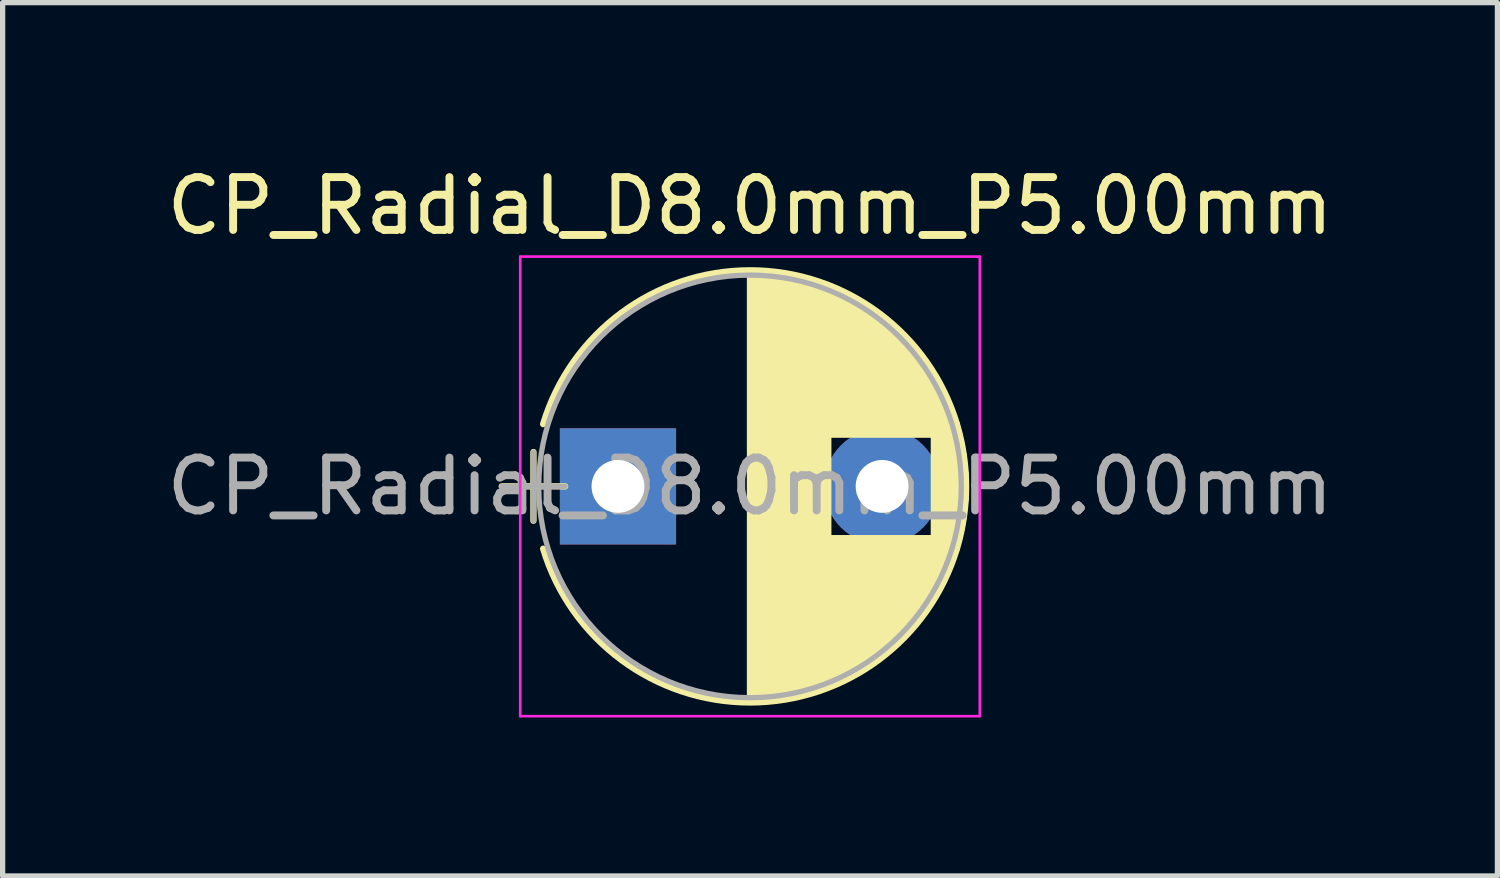
<source format=kicad_pcb>
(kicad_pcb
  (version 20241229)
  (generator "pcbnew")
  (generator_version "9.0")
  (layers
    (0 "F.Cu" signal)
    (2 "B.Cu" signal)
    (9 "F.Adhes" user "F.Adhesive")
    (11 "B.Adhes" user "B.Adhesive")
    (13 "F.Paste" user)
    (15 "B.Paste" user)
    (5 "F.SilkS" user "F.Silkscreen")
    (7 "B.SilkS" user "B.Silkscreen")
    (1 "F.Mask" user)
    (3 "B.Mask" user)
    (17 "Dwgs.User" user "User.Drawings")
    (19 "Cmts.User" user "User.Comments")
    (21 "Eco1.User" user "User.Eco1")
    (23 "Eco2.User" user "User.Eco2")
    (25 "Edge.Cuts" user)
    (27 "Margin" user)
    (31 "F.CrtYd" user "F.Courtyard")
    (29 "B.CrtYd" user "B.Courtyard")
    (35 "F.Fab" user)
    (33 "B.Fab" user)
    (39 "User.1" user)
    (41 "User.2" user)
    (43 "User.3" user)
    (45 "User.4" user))
  (footprint "CP_Radial_D8.0mm_P5.00mm"
    (layer "F.Cu")
    (at 8.649 6.158)
    (property "Reference" "CP_Radial_D8.0mm_P5.00mm" (at 2.5 -5.31 0) (layer "F.SilkS") (effects (font (size 1 1) (thickness 0.15))))
    (attr through_hole)
    (fp_line (start -2.2 0) (end -1 0) (stroke (width 0.12) (type solid)) (layer "F.SilkS"))
    (fp_line (start -1.6 -0.65) (end -1.6 0.65) (stroke (width 0.12) (type solid)) (layer "F.SilkS"))
    (fp_line (start 2.5 -4.05) (end 2.5 4.05) (stroke (width 0.12) (type solid)) (layer "F.SilkS"))
    (fp_line (start 2.54 -4.05) (end 2.54 4.05) (stroke (width 0.12) (type solid)) (layer "F.SilkS"))
    (fp_line (start 2.58 -4.05) (end 2.58 4.05) (stroke (width 0.12) (type solid)) (layer "F.SilkS"))
    (fp_line (start 2.62 -4.049) (end 2.62 4.049) (stroke (width 0.12) (type solid)) (layer "F.SilkS"))
    (fp_line (start 2.66 -4.047) (end 2.66 4.047) (stroke (width 0.12) (type solid)) (layer "F.SilkS"))
    (fp_line (start 2.7 -4.046) (end 2.7 4.046) (stroke (width 0.12) (type solid)) (layer "F.SilkS"))
    (fp_line (start 2.74 -4.043) (end 2.74 4.043) (stroke (width 0.12) (type solid)) (layer "F.SilkS"))
    (fp_line (start 2.78 -4.041) (end 2.78 4.041) (stroke (width 0.12) (type solid)) (layer "F.SilkS"))
    (fp_line (start 2.82 -4.038) (end 2.82 4.038) (stroke (width 0.12) (type solid)) (layer "F.SilkS"))
    (fp_line (start 2.86 -4.035) (end 2.86 4.035) (stroke (width 0.12) (type solid)) (layer "F.SilkS"))
    (fp_line (start 2.9 -4.031) (end 2.9 4.031) (stroke (width 0.12) (type solid)) (layer "F.SilkS"))
    (fp_line (start 2.94 -4.027) (end 2.94 4.027) (stroke (width 0.12) (type solid)) (layer "F.SilkS"))
    (fp_line (start 2.98 -4.022) (end 2.98 4.022) (stroke (width 0.12) (type solid)) (layer "F.SilkS"))
    (fp_line (start 3.02 -4.017) (end 3.02 4.017) (stroke (width 0.12) (type solid)) (layer "F.SilkS"))
    (fp_line (start 3.06 -4.012) (end 3.06 4.012) (stroke (width 0.12) (type solid)) (layer "F.SilkS"))
    (fp_line (start 3.1 -4.006) (end 3.1 4.006) (stroke (width 0.12) (type solid)) (layer "F.SilkS"))
    (fp_line (start 3.14 -4) (end 3.14 4) (stroke (width 0.12) (type solid)) (layer "F.SilkS"))
    (fp_line (start 3.18 -3.994) (end 3.18 3.994) (stroke (width 0.12) (type solid)) (layer "F.SilkS"))
    (fp_line (start 3.221 -3.987) (end 3.221 3.987) (stroke (width 0.12) (type solid)) (layer "F.SilkS"))
    (fp_line (start 3.261 -3.979) (end 3.261 3.979) (stroke (width 0.12) (type solid)) (layer "F.SilkS"))
    (fp_line (start 3.301 -3.971) (end 3.301 3.971) (stroke (width 0.12) (type solid)) (layer "F.SilkS"))
    (fp_line (start 3.341 -3.963) (end 3.341 3.963) (stroke (width 0.12) (type solid)) (layer "F.SilkS"))
    (fp_line (start 3.381 -3.955) (end 3.381 3.955) (stroke (width 0.12) (type solid)) (layer "F.SilkS"))
    (fp_line (start 3.421 -3.946) (end 3.421 3.946) (stroke (width 0.12) (type solid)) (layer "F.SilkS"))
    (fp_line (start 3.461 -3.936) (end 3.461 3.936) (stroke (width 0.12) (type solid)) (layer "F.SilkS"))
    (fp_line (start 3.501 -3.926) (end 3.501 3.926) (stroke (width 0.12) (type solid)) (layer "F.SilkS"))
    (fp_line (start 3.541 -3.916) (end 3.541 3.916) (stroke (width 0.12) (type solid)) (layer "F.SilkS"))
    (fp_line (start 3.581 -3.905) (end 3.581 3.905) (stroke (width 0.12) (type solid)) (layer "F.SilkS"))
    (fp_line (start 3.621 -3.894) (end 3.621 3.894) (stroke (width 0.12) (type solid)) (layer "F.SilkS"))
    (fp_line (start 3.661 -3.883) (end 3.661 3.883) (stroke (width 0.12) (type solid)) (layer "F.SilkS"))
    (fp_line (start 3.701 -3.87) (end 3.701 3.87) (stroke (width 0.12) (type solid)) (layer "F.SilkS"))
    (fp_line (start 3.741 -3.858) (end 3.741 3.858) (stroke (width 0.12) (type solid)) (layer "F.SilkS"))
    (fp_line (start 3.781 -3.845) (end 3.781 3.845) (stroke (width 0.12) (type solid)) (layer "F.SilkS"))
    (fp_line (start 3.821 -3.832) (end 3.821 3.832) (stroke (width 0.12) (type solid)) (layer "F.SilkS"))
    (fp_line (start 3.861 -3.818) (end 3.861 3.818) (stroke (width 0.12) (type solid)) (layer "F.SilkS"))
    (fp_line (start 3.901 -3.803) (end 3.901 3.803) (stroke (width 0.12) (type solid)) (layer "F.SilkS"))
    (fp_line (start 3.941 -3.789) (end 3.941 3.789) (stroke (width 0.12) (type solid)) (layer "F.SilkS"))
    (fp_line (start 3.981 -3.773) (end 3.981 3.773) (stroke (width 0.12) (type solid)) (layer "F.SilkS"))
    (fp_line (start 4.021 -3.758) (end 4.021 -0.98) (stroke (width 0.12) (type solid)) (layer "F.SilkS"))
    (fp_line (start 4.021 0.98) (end 4.021 3.758) (stroke (width 0.12) (type solid)) (layer "F.SilkS"))
    (fp_line (start 4.061 -3.741) (end 4.061 -0.98) (stroke (width 0.12) (type solid)) (layer "F.SilkS"))
    (fp_line (start 4.061 0.98) (end 4.061 3.741) (stroke (width 0.12) (type solid)) (layer "F.SilkS"))
    (fp_line (start 4.101 -3.725) (end 4.101 -0.98) (stroke (width 0.12) (type solid)) (layer "F.SilkS"))
    (fp_line (start 4.101 0.98) (end 4.101 3.725) (stroke (width 0.12) (type solid)) (layer "F.SilkS"))
    (fp_line (start 4.141 -3.707) (end 4.141 -0.98) (stroke (width 0.12) (type solid)) (layer "F.SilkS"))
    (fp_line (start 4.141 0.98) (end 4.141 3.707) (stroke (width 0.12) (type solid)) (layer "F.SilkS"))
    (fp_line (start 4.181 -3.69) (end 4.181 -0.98) (stroke (width 0.12) (type solid)) (layer "F.SilkS"))
    (fp_line (start 4.181 0.98) (end 4.181 3.69) (stroke (width 0.12) (type solid)) (layer "F.SilkS"))
    (fp_line (start 4.221 -3.671) (end 4.221 -0.98) (stroke (width 0.12) (type solid)) (layer "F.SilkS"))
    (fp_line (start 4.221 0.98) (end 4.221 3.671) (stroke (width 0.12) (type solid)) (layer "F.SilkS"))
    (fp_line (start 4.261 -3.652) (end 4.261 -0.98) (stroke (width 0.12) (type solid)) (layer "F.SilkS"))
    (fp_line (start 4.261 0.98) (end 4.261 3.652) (stroke (width 0.12) (type solid)) (layer "F.SilkS"))
    (fp_line (start 4.301 -3.633) (end 4.301 -0.98) (stroke (width 0.12) (type solid)) (layer "F.SilkS"))
    (fp_line (start 4.301 0.98) (end 4.301 3.633) (stroke (width 0.12) (type solid)) (layer "F.SilkS"))
    (fp_line (start 4.341 -3.613) (end 4.341 -0.98) (stroke (width 0.12) (type solid)) (layer "F.SilkS"))
    (fp_line (start 4.341 0.98) (end 4.341 3.613) (stroke (width 0.12) (type solid)) (layer "F.SilkS"))
    (fp_line (start 4.381 -3.593) (end 4.381 -0.98) (stroke (width 0.12) (type solid)) (layer "F.SilkS"))
    (fp_line (start 4.381 0.98) (end 4.381 3.593) (stroke (width 0.12) (type solid)) (layer "F.SilkS"))
    (fp_line (start 4.421 -3.572) (end 4.421 -0.98) (stroke (width 0.12) (type solid)) (layer "F.SilkS"))
    (fp_line (start 4.421 0.98) (end 4.421 3.572) (stroke (width 0.12) (type solid)) (layer "F.SilkS"))
    (fp_line (start 4.461 -3.55) (end 4.461 -0.98) (stroke (width 0.12) (type solid)) (layer "F.SilkS"))
    (fp_line (start 4.461 0.98) (end 4.461 3.55) (stroke (width 0.12) (type solid)) (layer "F.SilkS"))
    (fp_line (start 4.501 -3.528) (end 4.501 -0.98) (stroke (width 0.12) (type solid)) (layer "F.SilkS"))
    (fp_line (start 4.501 0.98) (end 4.501 3.528) (stroke (width 0.12) (type solid)) (layer "F.SilkS"))
    (fp_line (start 4.541 -3.505) (end 4.541 -0.98) (stroke (width 0.12) (type solid)) (layer "F.SilkS"))
    (fp_line (start 4.541 0.98) (end 4.541 3.505) (stroke (width 0.12) (type solid)) (layer "F.SilkS"))
    (fp_line (start 4.581 -3.482) (end 4.581 -0.98) (stroke (width 0.12) (type solid)) (layer "F.SilkS"))
    (fp_line (start 4.581 0.98) (end 4.581 3.482) (stroke (width 0.12) (type solid)) (layer "F.SilkS"))
    (fp_line (start 4.621 -3.458) (end 4.621 -0.98) (stroke (width 0.12) (type solid)) (layer "F.SilkS"))
    (fp_line (start 4.621 0.98) (end 4.621 3.458) (stroke (width 0.12) (type solid)) (layer "F.SilkS"))
    (fp_line (start 4.661 -3.434) (end 4.661 -0.98) (stroke (width 0.12) (type solid)) (layer "F.SilkS"))
    (fp_line (start 4.661 0.98) (end 4.661 3.434) (stroke (width 0.12) (type solid)) (layer "F.SilkS"))
    (fp_line (start 4.701 -3.408) (end 4.701 -0.98) (stroke (width 0.12) (type solid)) (layer "F.SilkS"))
    (fp_line (start 4.701 0.98) (end 4.701 3.408) (stroke (width 0.12) (type solid)) (layer "F.SilkS"))
    (fp_line (start 4.741 -3.383) (end 4.741 -0.98) (stroke (width 0.12) (type solid)) (layer "F.SilkS"))
    (fp_line (start 4.741 0.98) (end 4.741 3.383) (stroke (width 0.12) (type solid)) (layer "F.SilkS"))
    (fp_line (start 4.781 -3.356) (end 4.781 -0.98) (stroke (width 0.12) (type solid)) (layer "F.SilkS"))
    (fp_line (start 4.781 0.98) (end 4.781 3.356) (stroke (width 0.12) (type solid)) (layer "F.SilkS"))
    (fp_line (start 4.821 -3.329) (end 4.821 -0.98) (stroke (width 0.12) (type solid)) (layer "F.SilkS"))
    (fp_line (start 4.821 0.98) (end 4.821 3.329) (stroke (width 0.12) (type solid)) (layer "F.SilkS"))
    (fp_line (start 4.861 -3.301) (end 4.861 -0.98) (stroke (width 0.12) (type solid)) (layer "F.SilkS"))
    (fp_line (start 4.861 0.98) (end 4.861 3.301) (stroke (width 0.12) (type solid)) (layer "F.SilkS"))
    (fp_line (start 4.901 -3.272) (end 4.901 -0.98) (stroke (width 0.12) (type solid)) (layer "F.SilkS"))
    (fp_line (start 4.901 0.98) (end 4.901 3.272) (stroke (width 0.12) (type solid)) (layer "F.SilkS"))
    (fp_line (start 4.941 -3.243) (end 4.941 -0.98) (stroke (width 0.12) (type solid)) (layer "F.SilkS"))
    (fp_line (start 4.941 0.98) (end 4.941 3.243) (stroke (width 0.12) (type solid)) (layer "F.SilkS"))
    (fp_line (start 4.981 -3.213) (end 4.981 -0.98) (stroke (width 0.12) (type solid)) (layer "F.SilkS"))
    (fp_line (start 4.981 0.98) (end 4.981 3.213) (stroke (width 0.12) (type solid)) (layer "F.SilkS"))
    (fp_line (start 5.021 -3.182) (end 5.021 -0.98) (stroke (width 0.12) (type solid)) (layer "F.SilkS"))
    (fp_line (start 5.021 0.98) (end 5.021 3.182) (stroke (width 0.12) (type solid)) (layer "F.SilkS"))
    (fp_line (start 5.061 -3.15) (end 5.061 -0.98) (stroke (width 0.12) (type solid)) (layer "F.SilkS"))
    (fp_line (start 5.061 0.98) (end 5.061 3.15) (stroke (width 0.12) (type solid)) (layer "F.SilkS"))
    (fp_line (start 5.101 -3.118) (end 5.101 -0.98) (stroke (width 0.12) (type solid)) (layer "F.SilkS"))
    (fp_line (start 5.101 0.98) (end 5.101 3.118) (stroke (width 0.12) (type solid)) (layer "F.SilkS"))
    (fp_line (start 5.141 -3.084) (end 5.141 -0.98) (stroke (width 0.12) (type solid)) (layer "F.SilkS"))
    (fp_line (start 5.141 0.98) (end 5.141 3.084) (stroke (width 0.12) (type solid)) (layer "F.SilkS"))
    (fp_line (start 5.181 -3.05) (end 5.181 -0.98) (stroke (width 0.12) (type solid)) (layer "F.SilkS"))
    (fp_line (start 5.181 0.98) (end 5.181 3.05) (stroke (width 0.12) (type solid)) (layer "F.SilkS"))
    (fp_line (start 5.221 -3.015) (end 5.221 -0.98) (stroke (width 0.12) (type solid)) (layer "F.SilkS"))
    (fp_line (start 5.221 0.98) (end 5.221 3.015) (stroke (width 0.12) (type solid)) (layer "F.SilkS"))
    (fp_line (start 5.261 -2.979) (end 5.261 -0.98) (stroke (width 0.12) (type solid)) (layer "F.SilkS"))
    (fp_line (start 5.261 0.98) (end 5.261 2.979) (stroke (width 0.12) (type solid)) (layer "F.SilkS"))
    (fp_line (start 5.301 -2.942) (end 5.301 -0.98) (stroke (width 0.12) (type solid)) (layer "F.SilkS"))
    (fp_line (start 5.301 0.98) (end 5.301 2.942) (stroke (width 0.12) (type solid)) (layer "F.SilkS"))
    (fp_line (start 5.341 -2.904) (end 5.341 -0.98) (stroke (width 0.12) (type solid)) (layer "F.SilkS"))
    (fp_line (start 5.341 0.98) (end 5.341 2.904) (stroke (width 0.12) (type solid)) (layer "F.SilkS"))
    (fp_line (start 5.381 -2.865) (end 5.381 -0.98) (stroke (width 0.12) (type solid)) (layer "F.SilkS"))
    (fp_line (start 5.381 0.98) (end 5.381 2.865) (stroke (width 0.12) (type solid)) (layer "F.SilkS"))
    (fp_line (start 5.421 -2.824) (end 5.421 -0.98) (stroke (width 0.12) (type solid)) (layer "F.SilkS"))
    (fp_line (start 5.421 0.98) (end 5.421 2.824) (stroke (width 0.12) (type solid)) (layer "F.SilkS"))
    (fp_line (start 5.461 -2.783) (end 5.461 -0.98) (stroke (width 0.12) (type solid)) (layer "F.SilkS"))
    (fp_line (start 5.461 0.98) (end 5.461 2.783) (stroke (width 0.12) (type solid)) (layer "F.SilkS"))
    (fp_line (start 5.501 -2.74) (end 5.501 -0.98) (stroke (width 0.12) (type solid)) (layer "F.SilkS"))
    (fp_line (start 5.501 0.98) (end 5.501 2.74) (stroke (width 0.12) (type solid)) (layer "F.SilkS"))
    (fp_line (start 5.541 -2.697) (end 5.541 -0.98) (stroke (width 0.12) (type solid)) (layer "F.SilkS"))
    (fp_line (start 5.541 0.98) (end 5.541 2.697) (stroke (width 0.12) (type solid)) (layer "F.SilkS"))
    (fp_line (start 5.581 -2.652) (end 5.581 -0.98) (stroke (width 0.12) (type solid)) (layer "F.SilkS"))
    (fp_line (start 5.581 0.98) (end 5.581 2.652) (stroke (width 0.12) (type solid)) (layer "F.SilkS"))
    (fp_line (start 5.621 -2.605) (end 5.621 -0.98) (stroke (width 0.12) (type solid)) (layer "F.SilkS"))
    (fp_line (start 5.621 0.98) (end 5.621 2.605) (stroke (width 0.12) (type solid)) (layer "F.SilkS"))
    (fp_line (start 5.661 -2.557) (end 5.661 -0.98) (stroke (width 0.12) (type solid)) (layer "F.SilkS"))
    (fp_line (start 5.661 0.98) (end 5.661 2.557) (stroke (width 0.12) (type solid)) (layer "F.SilkS"))
    (fp_line (start 5.701 -2.508) (end 5.701 -0.98) (stroke (width 0.12) (type solid)) (layer "F.SilkS"))
    (fp_line (start 5.701 0.98) (end 5.701 2.508) (stroke (width 0.12) (type solid)) (layer "F.SilkS"))
    (fp_line (start 5.741 -2.457) (end 5.741 -0.98) (stroke (width 0.12) (type solid)) (layer "F.SilkS"))
    (fp_line (start 5.741 0.98) (end 5.741 2.457) (stroke (width 0.12) (type solid)) (layer "F.SilkS"))
    (fp_line (start 5.781 -2.404) (end 5.781 -0.98) (stroke (width 0.12) (type solid)) (layer "F.SilkS"))
    (fp_line (start 5.781 0.98) (end 5.781 2.404) (stroke (width 0.12) (type solid)) (layer "F.SilkS"))
    (fp_line (start 5.821 -2.349) (end 5.821 -0.98) (stroke (width 0.12) (type solid)) (layer "F.SilkS"))
    (fp_line (start 5.821 0.98) (end 5.821 2.349) (stroke (width 0.12) (type solid)) (layer "F.SilkS"))
    (fp_line (start 5.861 -2.293) (end 5.861 -0.98) (stroke (width 0.12) (type solid)) (layer "F.SilkS"))
    (fp_line (start 5.861 0.98) (end 5.861 2.293) (stroke (width 0.12) (type solid)) (layer "F.SilkS"))
    (fp_line (start 5.901 -2.234) (end 5.901 -0.98) (stroke (width 0.12) (type solid)) (layer "F.SilkS"))
    (fp_line (start 5.901 0.98) (end 5.901 2.234) (stroke (width 0.12) (type solid)) (layer "F.SilkS"))
    (fp_line (start 5.941 -2.173) (end 5.941 -0.98) (stroke (width 0.12) (type solid)) (layer "F.SilkS"))
    (fp_line (start 5.941 0.98) (end 5.941 2.173) (stroke (width 0.12) (type solid)) (layer "F.SilkS"))
    (fp_line (start 5.981 -2.109) (end 5.981 2.109) (stroke (width 0.12) (type solid)) (layer "F.SilkS"))
    (fp_line (start 6.021 -2.043) (end 6.021 2.043) (stroke (width 0.12) (type solid)) (layer "F.SilkS"))
    (fp_line (start 6.061 -1.974) (end 6.061 1.974) (stroke (width 0.12) (type solid)) (layer "F.SilkS"))
    (fp_line (start 6.101 -1.902) (end 6.101 1.902) (stroke (width 0.12) (type solid)) (layer "F.SilkS"))
    (fp_line (start 6.141 -1.826) (end 6.141 1.826) (stroke (width 0.12) (type solid)) (layer "F.SilkS"))
    (fp_line (start 6.181 -1.745) (end 6.181 1.745) (stroke (width 0.12) (type solid)) (layer "F.SilkS"))
    (fp_line (start 6.221 -1.66) (end 6.221 1.66) (stroke (width 0.12) (type solid)) (layer "F.SilkS"))
    (fp_line (start 6.261 -1.57) (end 6.261 1.57) (stroke (width 0.12) (type solid)) (layer "F.SilkS"))
    (fp_line (start 6.301 -1.473) (end 6.301 1.473) (stroke (width 0.12) (type solid)) (layer "F.SilkS"))
    (fp_line (start 6.341 -1.369) (end 6.341 1.369) (stroke (width 0.12) (type solid)) (layer "F.SilkS"))
    (fp_line (start 6.381 -1.254) (end 6.381 1.254) (stroke (width 0.12) (type solid)) (layer "F.SilkS"))
    (fp_line (start 6.421 -1.127) (end 6.421 1.127) (stroke (width 0.12) (type solid)) (layer "F.SilkS"))
    (fp_line (start 6.461 -0.983) (end 6.461 0.983) (stroke (width 0.12) (type solid)) (layer "F.SilkS"))
    (fp_line (start 6.501 -0.814) (end 6.501 0.814) (stroke (width 0.12) (type solid)) (layer "F.SilkS"))
    (fp_line (start 6.541 -0.598) (end 6.541 0.598) (stroke (width 0.12) (type solid)) (layer "F.SilkS"))
    (fp_line (start 6.581 -0.246) (end 6.581 0.246) (stroke (width 0.12) (type solid)) (layer "F.SilkS"))
    (fp_arc (start -1.416082 -1.18) (mid 2.501334 -4.09) (end 6.416851 -1.177445) (stroke (width 0.12) (type solid)) (layer "F.SilkS"))
    (fp_arc (start 6.416082 -1.18) (mid 6.59 -0.001334) (end 6.416851 1.177445) (stroke (width 0.12) (type solid)) (layer "F.SilkS"))
    (fp_arc (start 6.416851 1.177445) (mid 2.501334 4.09) (end -1.416082 1.18) (stroke (width 0.12) (type solid)) (layer "F.SilkS"))
    (fp_line (start -1.85 -4.35) (end -1.85 4.35) (stroke (width 0.05) (type solid)) (layer "F.CrtYd"))
    (fp_line (start -1.85 4.35) (end 6.85 4.35) (stroke (width 0.05) (type solid)) (layer "F.CrtYd"))
    (fp_line (start 6.85 -4.35) (end -1.85 -4.35) (stroke (width 0.05) (type solid)) (layer "F.CrtYd"))
    (fp_line (start 6.85 4.35) (end 6.85 -4.35) (stroke (width 0.05) (type solid)) (layer "F.CrtYd"))
    (fp_line (start -2.2 0) (end -1 0) (stroke (width 0.1) (type solid)) (layer "F.Fab"))
    (fp_line (start -1.6 -0.65) (end -1.6 0.65) (stroke (width 0.1) (type solid)) (layer "F.Fab"))
    (fp_circle (center 2.5 0) (end 6.5 0) (stroke (width 0.1) (type solid)) (fill no) (layer "F.Fab"))
    (fp_text user "${REFERENCE}" (at 2.5 0 0) (layer "F.Fab") (effects (font (size 1 1) (thickness 0.15))))
    (pad "1" thru_hole rect (at 0 0) (size 2.2 2.2) (drill 1) (layers "*.Cu" "*.Mask"))
    (pad "2" thru_hole circle (at 5 0) (size 2.2 2.2) (drill 1) (layers "*.Cu" "*.Mask")))
  (gr_rect
    (start -3 -3)
    (end 25.298 13.533)
    (stroke (width 0.1) (type default))
    (fill no)
    (layer "Edge.Cuts")))
</source>
